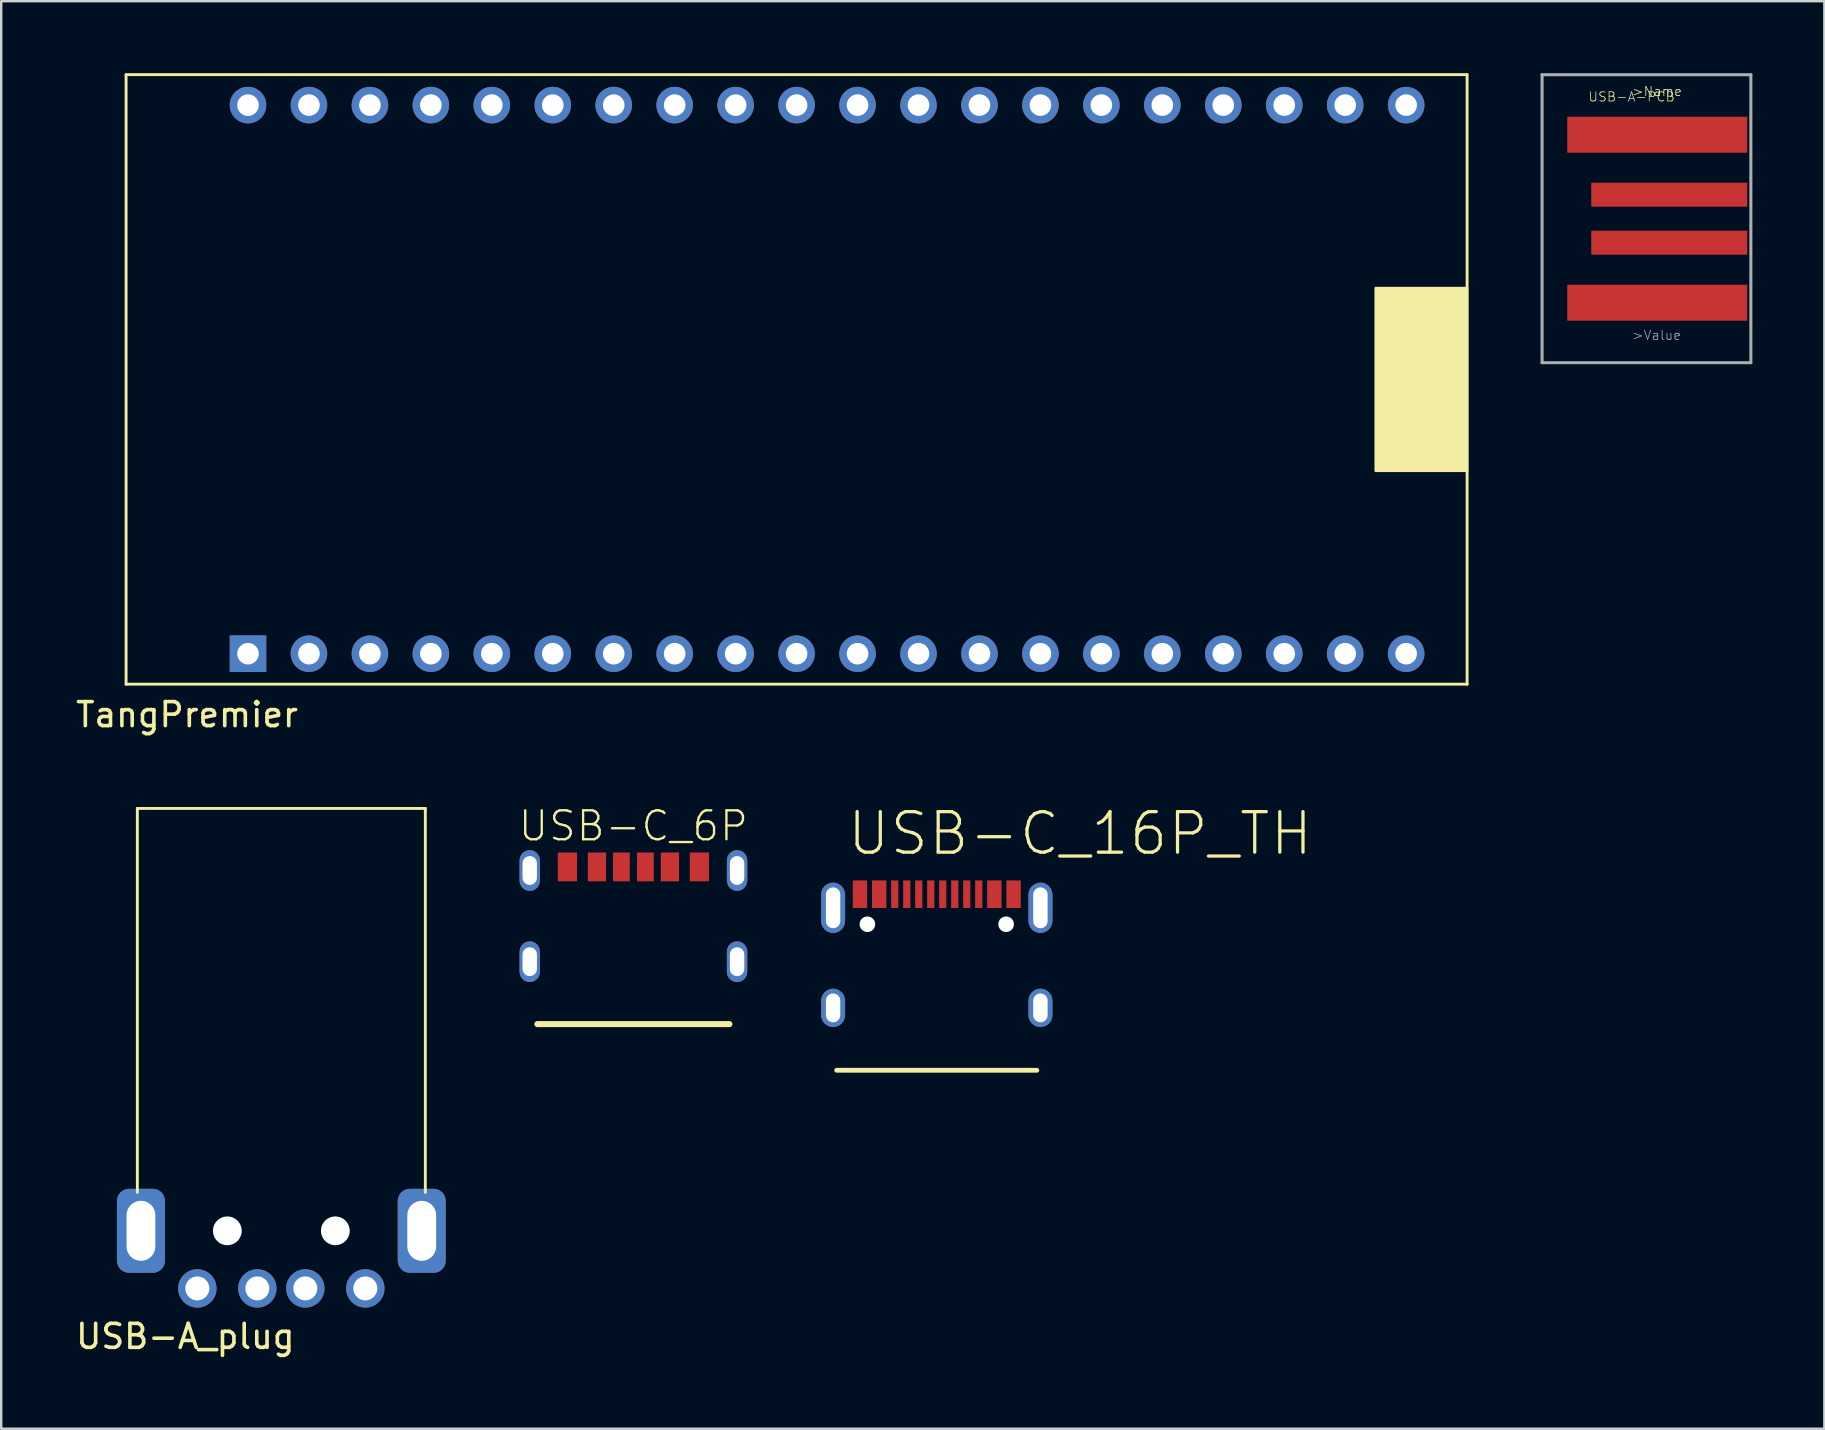
<source format=kicad_pcb>
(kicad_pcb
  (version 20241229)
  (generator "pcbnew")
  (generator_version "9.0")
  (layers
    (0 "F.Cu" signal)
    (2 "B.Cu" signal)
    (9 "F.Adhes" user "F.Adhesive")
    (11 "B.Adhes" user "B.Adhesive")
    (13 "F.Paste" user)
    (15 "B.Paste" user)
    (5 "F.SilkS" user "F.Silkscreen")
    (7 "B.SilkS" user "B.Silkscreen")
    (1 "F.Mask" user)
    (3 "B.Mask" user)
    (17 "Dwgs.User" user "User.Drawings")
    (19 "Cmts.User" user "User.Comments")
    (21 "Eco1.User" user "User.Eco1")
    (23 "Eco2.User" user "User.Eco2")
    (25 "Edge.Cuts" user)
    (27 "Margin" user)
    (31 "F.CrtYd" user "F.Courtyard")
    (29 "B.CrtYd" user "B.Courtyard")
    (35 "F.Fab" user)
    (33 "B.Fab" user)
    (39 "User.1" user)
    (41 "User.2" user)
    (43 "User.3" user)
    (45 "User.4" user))
  (footprint "TangPremier"
    (layer "F.Cu")
    (at 30.144 12.76)
    (property "Reference" "TangPremier" (at -25.4 13.97 0) (layer "F.SilkS") (effects (font (size 1 1) (thickness 0.15))))
    (attr through_hole)
    (fp_line (start -27.94 -12.7) (end 27.94 -12.7) (stroke (width 0.12) (type solid)) (layer "F.SilkS"))
    (fp_line (start -27.94 12.7) (end -27.94 -12.7) (stroke (width 0.12) (type solid)) (layer "F.SilkS"))
    (fp_line (start 27.94 -12.7) (end 27.94 12.7) (stroke (width 0.12) (type solid)) (layer "F.SilkS"))
    (fp_line (start 27.94 12.7) (end -27.94 12.7) (stroke (width 0.12) (type solid)) (layer "F.SilkS"))
    (fp_poly (pts (xy 27.94 3.81) (xy 24.13 3.81) (xy 24.13 -3.81) (xy 27.94 -3.81)) (stroke (width 0.1) (type solid)) (fill yes) (layer "F.SilkS"))
    (pad "1" thru_hole rect (at -22.86 11.43) (size 1.524 1.524) (drill 0.9) (layers "*.Cu" "*.Mask"))
    (pad "2" thru_hole circle (at -20.32 11.43) (size 1.524 1.524) (drill 0.9) (layers "*.Cu" "*.Mask"))
    (pad "3" thru_hole circle (at -17.78 11.43) (size 1.524 1.524) (drill 0.9) (layers "*.Cu" "*.Mask"))
    (pad "4" thru_hole circle (at -15.24 11.43) (size 1.524 1.524) (drill 0.9) (layers "*.Cu" "*.Mask"))
    (pad "5" thru_hole circle (at -12.7 11.43) (size 1.524 1.524) (drill 0.9) (layers "*.Cu" "*.Mask"))
    (pad "6" thru_hole circle (at -10.16 11.43) (size 1.524 1.524) (drill 0.9) (layers "*.Cu" "*.Mask"))
    (pad "7" thru_hole circle (at -7.62 11.43) (size 1.524 1.524) (drill 0.9) (layers "*.Cu" "*.Mask"))
    (pad "8" thru_hole circle (at -5.08 11.43) (size 1.524 1.524) (drill 0.9) (layers "*.Cu" "*.Mask"))
    (pad "9" thru_hole circle (at -2.54 11.43) (size 1.524 1.524) (drill 0.9) (layers "*.Cu" "*.Mask"))
    (pad "10" thru_hole circle (at 0 11.43) (size 1.524 1.524) (drill 0.9) (layers "*.Cu" "*.Mask"))
    (pad "11" thru_hole circle (at 2.54 11.43) (size 1.524 1.524) (drill 0.9) (layers "*.Cu" "*.Mask"))
    (pad "12" thru_hole circle (at 5.08 11.43) (size 1.524 1.524) (drill 0.9) (layers "*.Cu" "*.Mask"))
    (pad "13" thru_hole circle (at 7.62 11.43) (size 1.524 1.524) (drill 0.9) (layers "*.Cu" "*.Mask"))
    (pad "14" thru_hole circle (at 10.16 11.43) (size 1.524 1.524) (drill 0.9) (layers "*.Cu" "*.Mask"))
    (pad "15" thru_hole circle (at 12.7 11.43) (size 1.524 1.524) (drill 0.9) (layers "*.Cu" "*.Mask"))
    (pad "16" thru_hole circle (at 15.24 11.43) (size 1.524 1.524) (drill 0.9) (layers "*.Cu" "*.Mask"))
    (pad "17" thru_hole circle (at 17.78 11.43) (size 1.524 1.524) (drill 0.9) (layers "*.Cu" "*.Mask"))
    (pad "18" thru_hole circle (at 20.32 11.43) (size 1.524 1.524) (drill 0.9) (layers "*.Cu" "*.Mask"))
    (pad "19" thru_hole circle (at 22.86 11.43) (size 1.524 1.524) (drill 0.9) (layers "*.Cu" "*.Mask"))
    (pad "20" thru_hole circle (at 25.4 11.43) (size 1.524 1.524) (drill 0.9) (layers "*.Cu" "*.Mask"))
    (pad "21" thru_hole circle (at 25.4 -11.43) (size 1.524 1.524) (drill 0.9) (layers "*.Cu" "*.Mask"))
    (pad "22" thru_hole circle (at 22.86 -11.43) (size 1.524 1.524) (drill 0.9) (layers "*.Cu" "*.Mask"))
    (pad "23" thru_hole circle (at 20.32 -11.43) (size 1.524 1.524) (drill 0.9) (layers "*.Cu" "*.Mask"))
    (pad "24" thru_hole circle (at 17.78 -11.43) (size 1.524 1.524) (drill 0.9) (layers "*.Cu" "*.Mask"))
    (pad "25" thru_hole circle (at 15.24 -11.43) (size 1.524 1.524) (drill 0.9) (layers "*.Cu" "*.Mask"))
    (pad "26" thru_hole circle (at 12.7 -11.43) (size 1.524 1.524) (drill 0.9) (layers "*.Cu" "*.Mask"))
    (pad "27" thru_hole circle (at 10.16 -11.43) (size 1.524 1.524) (drill 0.9) (layers "*.Cu" "*.Mask"))
    (pad "28" thru_hole circle (at 7.62 -11.43) (size 1.524 1.524) (drill 0.9) (layers "*.Cu" "*.Mask"))
    (pad "29" thru_hole circle (at 5.08 -11.43) (size 1.524 1.524) (drill 0.9) (layers "*.Cu" "*.Mask"))
    (pad "30" thru_hole circle (at 2.54 -11.43) (size 1.524 1.524) (drill 0.9) (layers "*.Cu" "*.Mask"))
    (pad "31" thru_hole circle (at 0 -11.43) (size 1.524 1.524) (drill 0.9) (layers "*.Cu" "*.Mask"))
    (pad "32" thru_hole circle (at -2.54 -11.43) (size 1.524 1.524) (drill 0.9) (layers "*.Cu" "*.Mask"))
    (pad "33" thru_hole circle (at -5.08 -11.43) (size 1.524 1.524) (drill 0.9) (layers "*.Cu" "*.Mask"))
    (pad "34" thru_hole circle (at -7.62 -11.43) (size 1.524 1.524) (drill 0.9) (layers "*.Cu" "*.Mask"))
    (pad "35" thru_hole circle (at -10.16 -11.43) (size 1.524 1.524) (drill 0.9) (layers "*.Cu" "*.Mask"))
    (pad "36" thru_hole circle (at -12.7 -11.43) (size 1.524 1.524) (drill 0.9) (layers "*.Cu" "*.Mask"))
    (pad "37" thru_hole circle (at -15.24 -11.43) (size 1.524 1.524) (drill 0.9) (layers "*.Cu" "*.Mask"))
    (pad "38" thru_hole circle (at -17.78 -11.43) (size 1.524 1.524) (drill 0.9) (layers "*.Cu" "*.Mask"))
    (pad "39" thru_hole circle (at -20.32 -11.43) (size 1.524 1.524) (drill 0.9) (layers "*.Cu" "*.Mask"))
    (pad "40" thru_hole circle (at -22.86 -11.43) (size 1.524 1.524) (drill 0.9) (layers "*.Cu" "*.Mask")))
  (footprint "USB-A_plug"
    (layer "F.Cu")
    (at 8.673 50.638)
    (property "Reference" "USB-A_plug" (at -4 2 0) (layer "F.SilkS") (effects (font (size 1 1) (thickness 0.15))))
    (attr through_hole)
    (fp_line (start -6 -20) (end -6 -4) (stroke (width 0.12) (type solid)) (layer "F.SilkS"))
    (fp_line (start 6 -20) (end -6 -20) (stroke (width 0.12) (type solid)) (layer "F.SilkS"))
    (fp_line (start 6 -4) (end 6 -20) (stroke (width 0.12) (type solid)) (layer "F.SilkS"))
    (pad "" np_thru_hole circle (at -2.25 -2.4) (size 1.2 1.2) (drill 1.2) (layers "*.Cu" "*.Mask"))
    (pad "" np_thru_hole circle (at 2.25 -2.4) (size 1.2 1.2) (drill 1.2) (layers "*.Cu" "*.Mask"))
    (pad "1" thru_hole circle (at -3.5 0) (size 1.6 1.6) (drill 1) (layers "*.Cu" "*.Mask"))
    (pad "2" thru_hole circle (at -1 0) (size 1.6 1.6) (drill 1) (layers "*.Cu" "*.Mask"))
    (pad "3" thru_hole circle (at 1 0) (size 1.6 1.6) (drill 1) (layers "*.Cu" "*.Mask"))
    (pad "4" thru_hole circle (at 3.5 0) (size 1.6 1.6) (drill 1) (layers "*.Cu" "*.Mask"))
    (pad "FG1" thru_hole roundrect (at -5.85 -2.4) (size 2 3.5) (drill oval 1.2 2.5) (layers "*.Cu" "*.Mask") (roundrect_rratio 0.25))
    (pad "FG2" thru_hole roundrect (at 5.85 -2.4) (size 2 3.5) (drill oval 1.2 2.5) (layers "*.Cu" "*.Mask") (roundrect_rratio 0.25)))
  (footprint "USB-C_16P_TH"
    (layer "F.Cu")
    (at 35.985 35.213)
    (property "Reference" "USB-C_16P_TH" (at -3.81 -2.54 0) (layer "F.SilkS") (effects (font (size 1.689 1.689) (thickness 0.135)) (justify left bottom)))
    (attr through_hole)
    (fp_line (start -4.17 6.335) (end 4.17 6.335) (stroke (width 0.2) (type solid)) (layer "F.SilkS"))
    (pad "" np_thru_hole circle (at -2.89 0.25) (size 0.65 0.65) (drill 0.65) (layers "*.Cu" "*.Mask"))
    (pad "" np_thru_hole circle (at 2.89 0.25) (size 0.65 0.65) (drill 0.65) (layers "*.Cu" "*.Mask"))
    (pad "A1" smd rect (at -3.2 -1) (size 0.6 1.15) (layers "F.Cu" "F.Mask" "F.Paste"))
    (pad "A4" smd rect (at -2.4 -1) (size 0.6 1.15) (layers "F.Cu" "F.Mask" "F.Paste"))
    (pad "A5" smd rect (at -1.25 -1) (size 0.3 1.15) (layers "F.Cu" "F.Mask" "F.Paste"))
    (pad "A6" smd rect (at -0.25 -1) (size 0.3 1.15) (layers "F.Cu" "F.Mask" "F.Paste"))
    (pad "A7" smd rect (at 0.25 -1) (size 0.3 1.15) (layers "F.Cu" "F.Mask" "F.Paste"))
    (pad "A8" smd rect (at 1.25 -1) (size 0.3 1.15) (layers "F.Cu" "F.Mask" "F.Paste"))
    (pad "A9" smd rect (at 2.4 -1) (size 0.6 1.15) (layers "F.Cu" "F.Mask" "F.Paste"))
    (pad "A12" smd rect (at 3.2 -1) (size 0.6 1.15) (layers "F.Cu" "F.Mask" "F.Paste"))
    (pad "B5" smd rect (at 1.75 -1) (size 0.3 1.15) (layers "F.Cu" "F.Mask" "F.Paste"))
    (pad "B6" smd rect (at 0.75 -1) (size 0.3 1.15) (layers "F.Cu" "F.Mask" "F.Paste"))
    (pad "B7" smd rect (at -0.75 -1) (size 0.3 1.15) (layers "F.Cu" "F.Mask" "F.Paste"))
    (pad "B8" smd rect (at -1.75 -1) (size 0.3 1.15) (layers "F.Cu" "F.Mask" "F.Paste"))
    (pad "FG" thru_hole roundrect (at -4.32 -0.435) (size 1 2.1) (drill oval 0.6 1.7) (layers "*.Cu" "*.Mask") (roundrect_rratio 0.5))
    (pad "FG" thru_hole roundrect (at -4.32 3.735) (size 1 1.6) (drill oval 0.6 1.2) (layers "*.Cu" "*.Mask") (roundrect_rratio 0.5))
    (pad "FG" thru_hole roundrect (at 4.32 -0.435) (size 1 2.1) (drill oval 0.6 1.7) (layers "*.Cu" "*.Mask") (roundrect_rratio 0.5))
    (pad "FG" thru_hole roundrect (at 4.32 3.735) (size 1 1.6) (drill oval 0.6 1.2) (layers "*.Cu" "*.Mask") (roundrect_rratio 0.5)))
  (footprint "USB-A-PCB"
    (layer "F.Cu")
    (at 66.208 6.064)
    (property "Reference" "USB-A-PCB" (at -1.27 -5.08 0) (layer "F.SilkS") (effects (font (size 0.386 0.386) (thickness 0.031))))
    (attr through_hole)
    (fp_line (start -5 -6) (end 3.7 -6) (stroke (width 0.127) (type solid)) (layer "F.Fab"))
    (fp_line (start -5 6) (end -5 -6) (stroke (width 0.127) (type solid)) (layer "F.Fab"))
    (fp_line (start 3.7 -6) (end 3.7 6) (stroke (width 0.127) (type solid)) (layer "F.Fab"))
    (fp_line (start 3.7 6) (end -5 6) (stroke (width 0.127) (type solid)) (layer "F.Fab"))
    (fp_text user ">Name" (at -1.27 -5.08 0) (layer "F.SilkS") (effects (font (size 0.386 0.386) (thickness 0.033)) (justify left bottom)))
    (fp_text user ">Value" (at -1.27 5.08 0) (layer "F.Fab") (effects (font (size 0.386 0.386) (thickness 0.033)) (justify left bottom)))
    (pad "5V" smd rect (at -0.2 3.5) (size 7.5 1.5) (layers "F.Cu" "F.Mask" "F.Paste"))
    (pad "GND" smd rect (at -0.2 -3.5) (size 7.5 1.5) (layers "F.Cu" "F.Mask" "F.Paste"))
    (pad "USB_M" smd rect (at 0.3 1) (size 6.5 1) (layers "F.Cu" "F.Mask" "F.Paste"))
    (pad "USB_P" smd rect (at 0.3 -1) (size 6.5 1) (layers "F.Cu" "F.Mask" "F.Paste")))
  (footprint "USB-C_6P"
    (layer "F.Cu")
    (at 23.344 36.074)
    (property "Reference" "USB-C_6P" (at 0 -4 0) (layer "F.SilkS") (effects (font (size 1.206 1.206) (thickness 0.097)) (justify bottom)))
    (attr smd)
    (fp_line (start -4 3.55) (end 4 3.55) (stroke (width 0.254) (type solid)) (layer "F.SilkS"))
    (pad "A5" smd rect (at -0.5 -3) (size 0.7 1.2) (layers "F.Cu" "F.Mask" "F.Paste"))
    (pad "A9" smd rect (at 1.52 -3) (size 0.76 1.2) (layers "F.Cu" "F.Mask" "F.Paste"))
    (pad "A12" smd rect (at 2.75 -3) (size 0.8 1.2) (layers "F.Cu" "F.Mask" "F.Paste"))
    (pad "B5" smd rect (at 0.5 -3) (size 0.7 1.2) (layers "F.Cu" "F.Mask" "F.Paste"))
    (pad "B9" smd rect (at -1.52 -3) (size 0.76 1.2) (layers "F.Cu" "F.Mask" "F.Paste"))
    (pad "B12" smd rect (at -2.75 -3) (size 0.8 1.2) (layers "F.Cu" "F.Mask" "F.Paste"))
    (pad "FG" thru_hole roundrect (at -4.32 -2.85) (size 0.85 1.7) (drill oval 0.6 1.2) (layers "*.Cu" "*.Mask") (roundrect_rratio 0.5))
    (pad "FG" thru_hole roundrect (at -4.32 0.95) (size 0.85 1.7) (drill oval 0.6 1.2) (layers "*.Cu" "*.Mask") (roundrect_rratio 0.5))
    (pad "FG" thru_hole roundrect (at 4.32 -2.85) (size 0.85 1.7) (drill oval 0.6 1.2) (layers "*.Cu" "*.Mask") (roundrect_rratio 0.5))
    (pad "FG" thru_hole roundrect (at 4.32 0.95) (size 0.85 1.7) (drill oval 0.6 1.2) (layers "*.Cu" "*.Mask") (roundrect_rratio 0.5)))
  (gr_rect
    (start -3 -3)
    (end 72.971 56.486)
    (stroke (width 0.1) (type default))
    (fill no)
    (layer "Edge.Cuts")))
</source>
